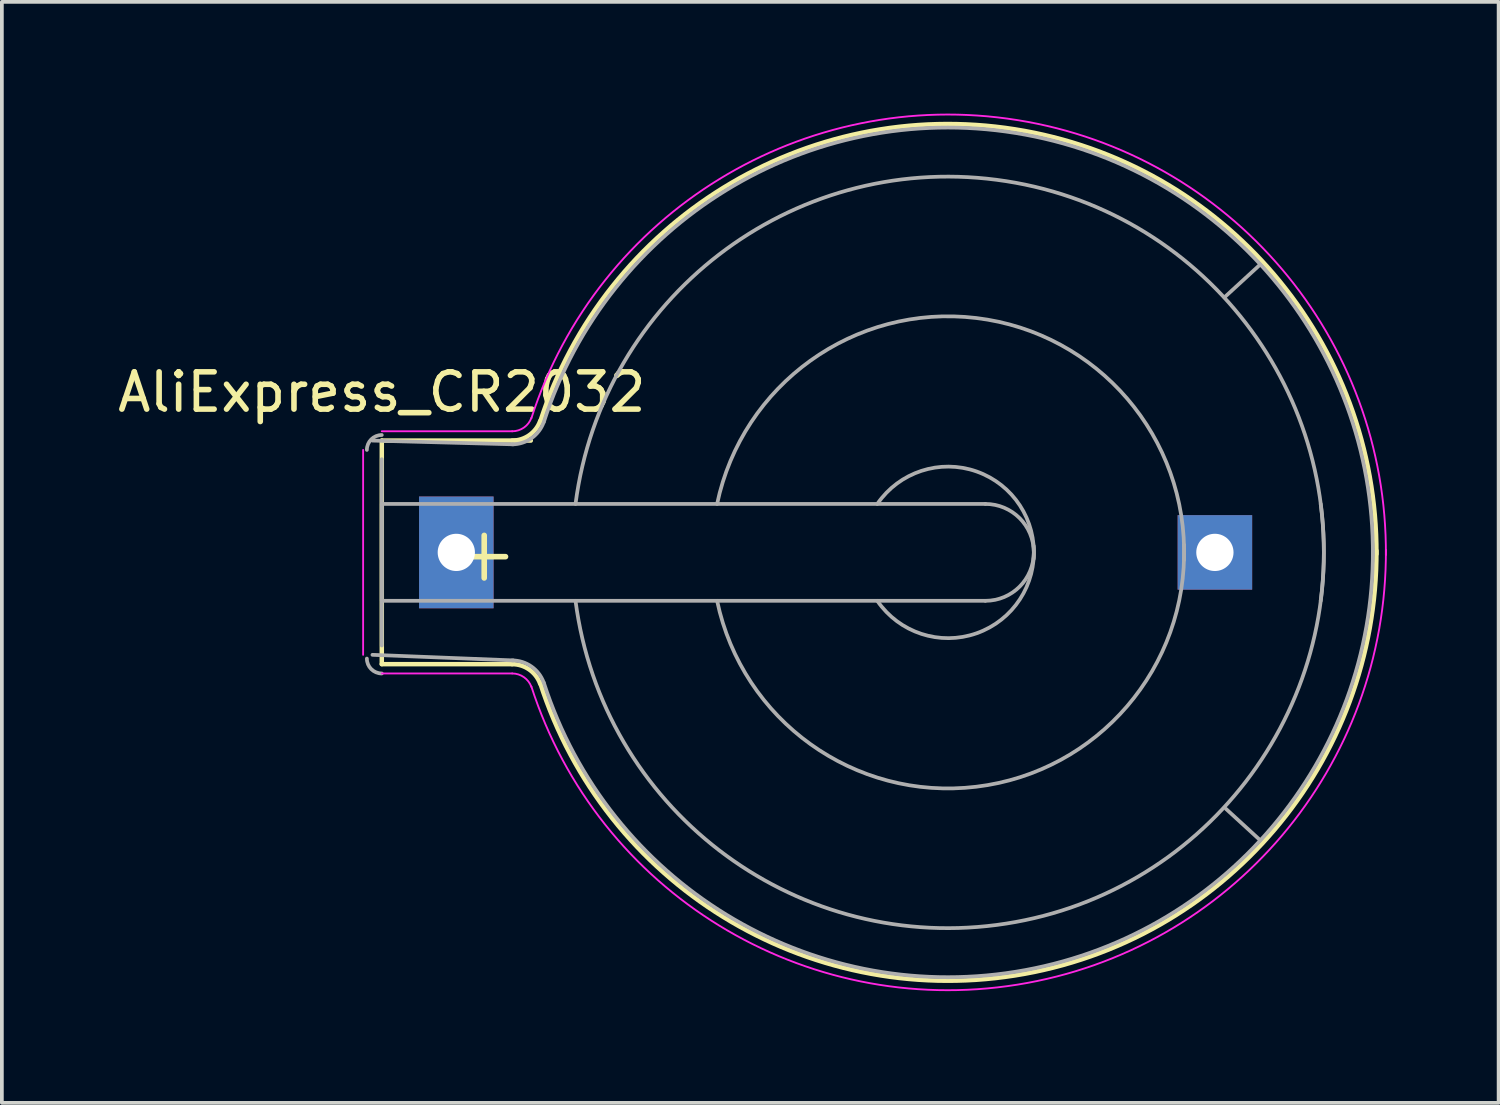
<source format=kicad_pcb>
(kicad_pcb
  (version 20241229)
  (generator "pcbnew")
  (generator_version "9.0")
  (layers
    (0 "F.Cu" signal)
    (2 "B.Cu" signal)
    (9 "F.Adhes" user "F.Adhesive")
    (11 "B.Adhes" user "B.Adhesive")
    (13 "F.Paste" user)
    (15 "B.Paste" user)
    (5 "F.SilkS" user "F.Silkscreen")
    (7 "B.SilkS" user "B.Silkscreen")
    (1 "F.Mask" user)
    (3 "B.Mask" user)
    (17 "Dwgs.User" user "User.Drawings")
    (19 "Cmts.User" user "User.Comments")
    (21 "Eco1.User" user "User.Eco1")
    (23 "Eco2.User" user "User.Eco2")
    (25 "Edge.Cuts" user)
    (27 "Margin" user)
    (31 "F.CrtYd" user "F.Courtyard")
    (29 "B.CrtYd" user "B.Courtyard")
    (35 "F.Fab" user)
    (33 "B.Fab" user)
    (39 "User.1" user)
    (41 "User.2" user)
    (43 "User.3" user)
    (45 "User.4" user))
  (footprint "AliExpress_CR2032"
    (layer "F.Cu")
    (at 9.173 11.712)
    (property "Reference" "AliExpress_CR2032" (at -1.976 -4.237 0) (layer "F.SilkS") (effects (font (size 1 1) (thickness 0.15))))
    (attr through_hole)
    (fp_line (start -1.976 -2.937) (end 2.023 -2.937) (stroke (width 0.12) (type solid)) (layer "F.SilkS"))
    (fp_line (start -1.976 3.063) (end -1.976 -2.937) (stroke (width 0.12) (type solid)) (layer "F.SilkS"))
    (fp_line (start -1.976 3.063) (end 1.524 3.063) (stroke (width 0.12) (type solid)) (layer "F.SilkS"))
    (fp_arc (start 1.5235 3.0635) (mid 1.982361 3.208178) (end 2.275254 3.589884) (stroke (width 0.12) (type solid)) (layer "F.SilkS"))
    (fp_arc (start 2.2735 -3.4365) (mid 15.017014 -11.29149) (end 24.719171 0.108781) (stroke (width 0.12) (type solid)) (layer "F.SilkS"))
    (fp_arc (start 2.275254 -3.462884) (mid 1.982361 -3.081178) (end 1.5235 -2.9365) (stroke (width 0.12) (type solid)) (layer "F.SilkS"))
    (fp_arc (start 24.719171 0.018219) (mid 15.017014 11.41849) (end 2.2735 3.5635) (stroke (width 0.12) (type solid)) (layer "F.SilkS"))
    (fp_line (start -2.477 2.813) (end -2.477 -2.687) (stroke (width 0.05) (type solid)) (layer "F.CrtYd"))
    (fp_line (start -1.976 -3.187) (end 1.524 -3.187) (stroke (width 0.05) (type solid)) (layer "F.CrtYd"))
    (fp_line (start -1.976 3.313) (end 1.524 3.313) (stroke (width 0.05) (type solid)) (layer "F.CrtYd"))
    (fp_arc (start 1.5235 3.3135) (mid 1.838967 3.412966) (end 2.040331 3.675389) (stroke (width 0.05) (type solid)) (layer "F.CrtYd"))
    (fp_arc (start 2.0385 -3.5365) (mid 15.080102 -11.538968) (end 24.973365 0.133487) (stroke (width 0.05) (type solid)) (layer "F.CrtYd"))
    (fp_arc (start 2.040331 -3.548389) (mid 1.838967 -3.285966) (end 1.5235 -3.1865) (stroke (width 0.05) (type solid)) (layer "F.CrtYd"))
    (fp_arc (start 24.973365 -0.006487) (mid 15.080102 11.665968) (end 2.0385 3.6635) (stroke (width 0.05) (type solid)) (layer "F.CrtYd"))
    (fp_line (start -2.227 2.813) (end 1.554 2.963) (stroke (width 0.1) (type solid)) (layer "F.Fab"))
    (fp_line (start -1.976 -2.437) (end -1.976 2.563) (stroke (width 0.1) (type solid)) (layer "F.Fab"))
    (fp_line (start -1.976 -1.236) (end -1.976 1.363) (stroke (width 0.1) (type solid)) (layer "F.Fab"))
    (fp_line (start -1.976 1.363) (end 14.223 1.363) (stroke (width 0.1) (type solid)) (layer "F.Fab"))
    (fp_line (start 1.554 -2.837) (end -2.227 -2.937) (stroke (width 0.1) (type solid)) (layer "F.Fab"))
    (fp_line (start 14.223 -1.236) (end -1.976 -1.236) (stroke (width 0.1) (type solid)) (layer "F.Fab"))
    (fp_line (start 21.595 -7.658) (end 20.655 -6.795) (stroke (width 0.1) (type solid)) (layer "F.Fab"))
    (fp_line (start 21.595 7.785) (end 20.68 6.947) (stroke (width 0.1) (type solid)) (layer "F.Fab"))
    (fp_arc (start -2.3765 -2.6865) (mid -2.259343 -2.969343) (end -1.9765 -3.0865) (stroke (width 0.1) (type solid)) (layer "F.Fab"))
    (fp_arc (start -1.9765 3.3135) (mid -2.259343 3.196343) (end -2.3765 2.9135) (stroke (width 0.1) (type solid)) (layer "F.Fab"))
    (fp_arc (start 1.5235 2.9635) (mid 2.039719 3.126263) (end 2.369223 3.555682) (stroke (width 0.1) (type solid)) (layer "F.Fab"))
    (fp_arc (start 2.369223 -3.428682) (mid 2.039719 -2.999263) (end 1.5235 -2.8365) (stroke (width 0.1) (type solid)) (layer "F.Fab"))
    (fp_arc (start 2.3735 -3.4365) (mid 15.032226 -11.192654) (end 24.623799 0.138851) (stroke (width 0.1) (type solid)) (layer "F.Fab"))
    (fp_arc (start 3.2235 -1.2365) (mid 14.5235 -9.9365) (end 23.2235 1.3635) (stroke (width 0.1) (type solid)) (layer "F.Fab"))
    (fp_arc (start 7.0235 -1.2365) (mid 13.978187 -6.22621) (end 19.555051 0.267131) (stroke (width 0.1) (type solid)) (layer "F.Fab"))
    (fp_arc (start 11.3235 -1.2365) (mid 13.987447 -2.108224) (end 15.518948 0.239333) (stroke (width 0.1) (type solid)) (layer "F.Fab"))
    (fp_arc (start 14.2235 -1.2365) (mid 15.5235 0.0635) (end 14.2235 1.3635) (stroke (width 0.1) (type solid)) (layer "F.Fab"))
    (fp_arc (start 15.518948 -0.112333) (mid 13.987447 2.235224) (end 11.3235 1.3635) (stroke (width 0.1) (type solid)) (layer "F.Fab"))
    (fp_arc (start 19.555051 -0.140131) (mid 13.978187 6.35321) (end 7.0235 1.3635) (stroke (width 0.1) (type solid)) (layer "F.Fab"))
    (fp_arc (start 23.2235 -1.2365) (mid 14.5235 10.0635) (end 3.2235 1.3635) (stroke (width 0.1) (type solid)) (layer "F.Fab"))
    (fp_arc (start 24.623799 -0.011851) (mid 15.032226 11.319654) (end 2.3735 3.5635) (stroke (width 0.1) (type solid)) (layer "F.Fab"))
    (fp_text user "+" (at 0.773 0.064 0) (layer "F.SilkS") (effects (font (size 1.5 1.5) (thickness 0.15))))
    (pad "1" thru_hole rect (at 0.024 0.064) (size 2 3) (drill 1) (layers "*.Cu" "*.Mask"))
    (pad "2" thru_hole rect (at 20.384 0.064) (size 2 2) (drill 1) (layers "*.Cu" "*.Mask")))
  (gr_rect
    (start -3 -3)
    (end 37.172 26.55)
    (stroke (width 0.1) (type default))
    (fill no)
    (layer "Edge.Cuts")))
</source>
